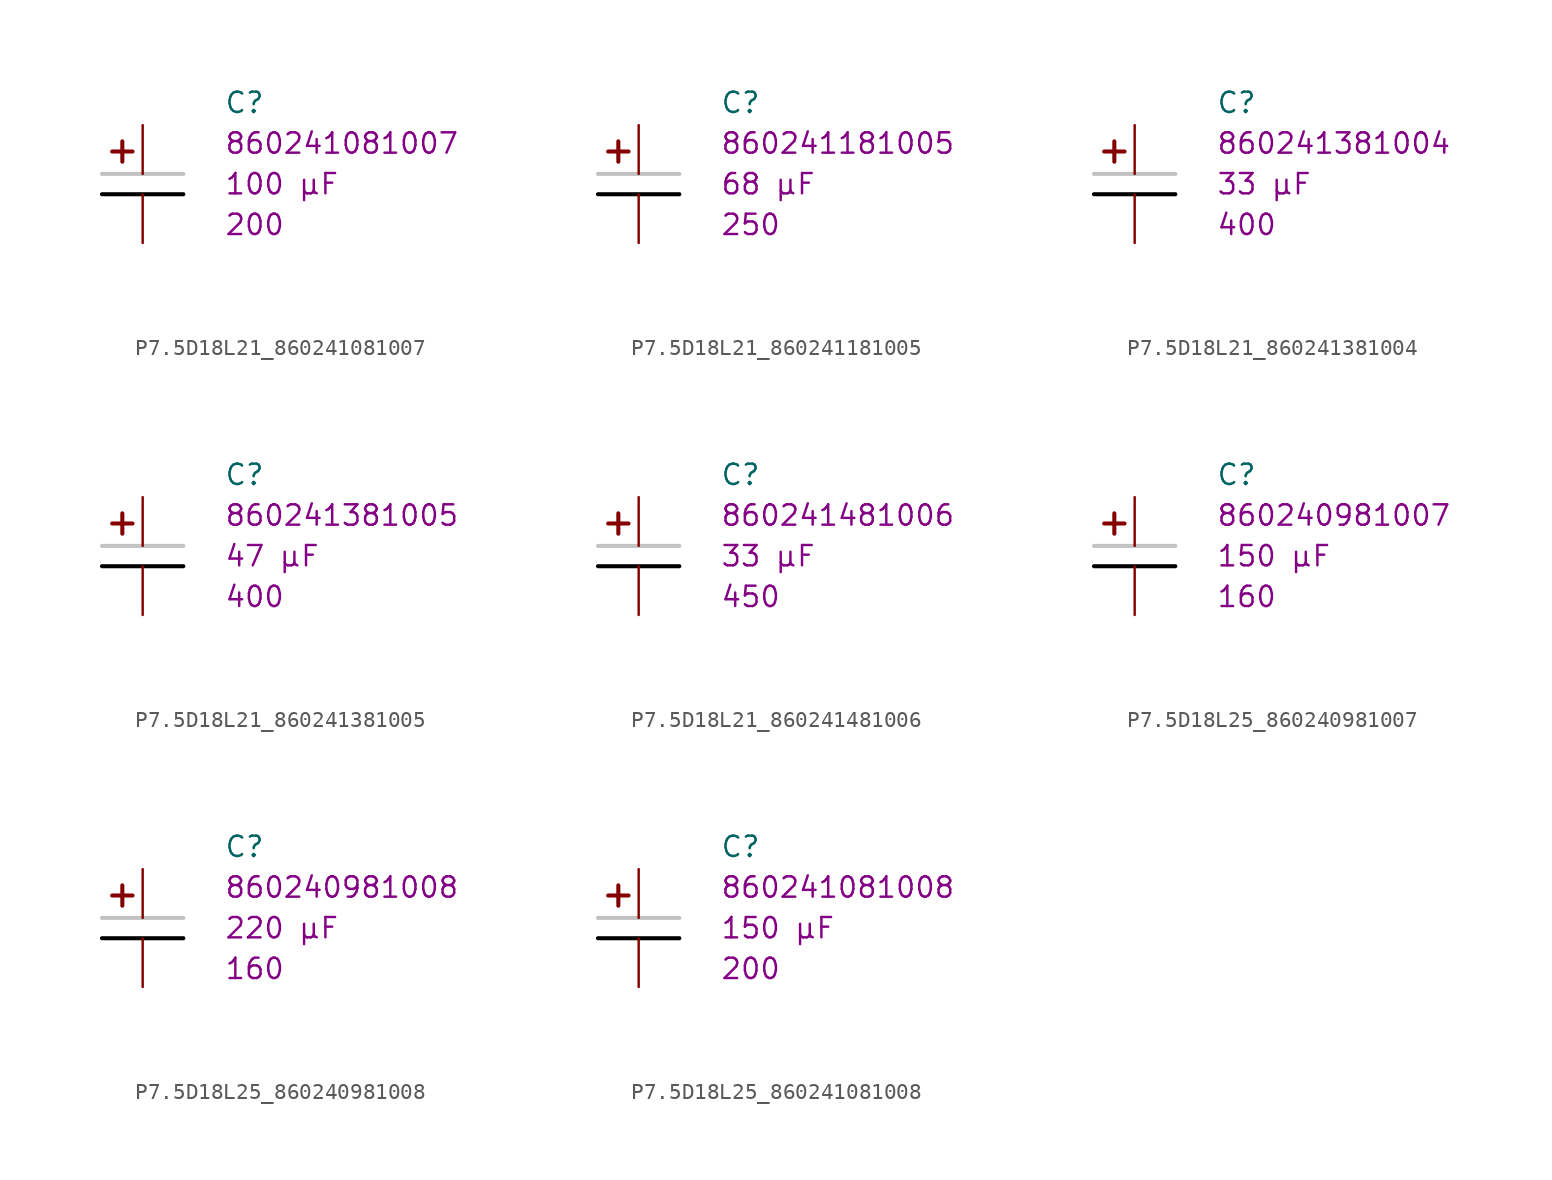
<source format=kicad_sym>
(kicad_symbol_lib
  (version 20220914)
  (generator kicad_symbol_editor)
  (symbol "P7.5D18L21_860241081007"
    (pin_numbers hide)
    (pin_names hide)
    (property "Reference" "C"
      (at 5.08 5.08 0)
      (effects (font (size 1.27 1.27)) (justify left)))
    (property "Part Number" "860241081007"
      (at 5.08 2.54 0)
      (effects (font (size 1.27 1.27)) (justify left)))
    (property "Capacitance" "100 µF"
      (at 5.08 0 0)
      (effects (font (size 1.27 1.27)) (justify left)))
    (property "Voltage" "200"
      (at 5.08 -2.54 0)
      (effects (font (size 1.27 1.27)) (justify left)))
    (property "Critical Parameter" ""
      (at 0 -7.62 0)
      (effects (font (size 1.27 1.27))))
    (symbol "P7.5D18L21_860241081007_1_1"
      (polyline (pts (xy -1.27 2.667) (xy -1.27 1.397)) (stroke (width 0.254) (type default)) (fill (type none)))
      (polyline (pts (xy -0.635 2.032) (xy -1.905 2.032)) (stroke (width 0.254) (type default)) (fill (type none)))
      (polyline (pts (xy 2.54 -0.635) (xy -2.54 -0.635)) (stroke (width 0.254) (type default) (color 0 0 0 1)) (fill (type none)))
      (polyline (pts (xy 2.54 0.635) (xy -2.54 0.635)) (stroke (width 0.254) (type default) (color 194 194 194 1)) (fill (type none)))
      (pin passive line (at 0 3.679 270) (length 3.044) (name "1" (effects (font (size 1.27 1.27)))) (number "1" (effects (font (size 1.27 1.27)))))
      (pin passive line (at 0 -3.679 90) (length 3.044) (name "2" (effects (font (size 1.27 1.27)))) (number "2" (effects (font (size 1.27 1.27)))))))
  (symbol "P7.5D18L21_860241181005"
    (pin_numbers hide)
    (pin_names hide)
    (property "Reference" "C"
      (at 5.08 5.08 0)
      (effects (font (size 1.27 1.27)) (justify left)))
    (property "Part Number" "860241181005"
      (at 5.08 2.54 0)
      (effects (font (size 1.27 1.27)) (justify left)))
    (property "Capacitance" "68 µF"
      (at 5.08 0 0)
      (effects (font (size 1.27 1.27)) (justify left)))
    (property "Voltage" "250"
      (at 5.08 -2.54 0)
      (effects (font (size 1.27 1.27)) (justify left)))
    (property "Critical Parameter" ""
      (at 0 -7.62 0)
      (effects (font (size 1.27 1.27))))
    (symbol "P7.5D18L21_860241181005_1_1"
      (polyline (pts (xy -1.27 2.667) (xy -1.27 1.397)) (stroke (width 0.254) (type default)) (fill (type none)))
      (polyline (pts (xy -0.635 2.032) (xy -1.905 2.032)) (stroke (width 0.254) (type default)) (fill (type none)))
      (polyline (pts (xy 2.54 -0.635) (xy -2.54 -0.635)) (stroke (width 0.254) (type default) (color 0 0 0 1)) (fill (type none)))
      (polyline (pts (xy 2.54 0.635) (xy -2.54 0.635)) (stroke (width 0.254) (type default) (color 194 194 194 1)) (fill (type none)))
      (pin passive line (at 0 3.679 270) (length 3.044) (name "1" (effects (font (size 1.27 1.27)))) (number "1" (effects (font (size 1.27 1.27)))))
      (pin passive line (at 0 -3.679 90) (length 3.044) (name "2" (effects (font (size 1.27 1.27)))) (number "2" (effects (font (size 1.27 1.27)))))))
  (symbol "P7.5D18L21_860241381004"
    (pin_numbers hide)
    (pin_names hide)
    (property "Reference" "C"
      (at 5.08 5.08 0)
      (effects (font (size 1.27 1.27)) (justify left)))
    (property "Part Number" "860241381004"
      (at 5.08 2.54 0)
      (effects (font (size 1.27 1.27)) (justify left)))
    (property "Capacitance" "33 µF"
      (at 5.08 0 0)
      (effects (font (size 1.27 1.27)) (justify left)))
    (property "Voltage" "400"
      (at 5.08 -2.54 0)
      (effects (font (size 1.27 1.27)) (justify left)))
    (property "Critical Parameter" ""
      (at 0 -7.62 0)
      (effects (font (size 1.27 1.27))))
    (symbol "P7.5D18L21_860241381004_1_1"
      (polyline (pts (xy -1.27 2.667) (xy -1.27 1.397)) (stroke (width 0.254) (type default)) (fill (type none)))
      (polyline (pts (xy -0.635 2.032) (xy -1.905 2.032)) (stroke (width 0.254) (type default)) (fill (type none)))
      (polyline (pts (xy 2.54 -0.635) (xy -2.54 -0.635)) (stroke (width 0.254) (type default) (color 0 0 0 1)) (fill (type none)))
      (polyline (pts (xy 2.54 0.635) (xy -2.54 0.635)) (stroke (width 0.254) (type default) (color 194 194 194 1)) (fill (type none)))
      (pin passive line (at 0 3.679 270) (length 3.044) (name "1" (effects (font (size 1.27 1.27)))) (number "1" (effects (font (size 1.27 1.27)))))
      (pin passive line (at 0 -3.679 90) (length 3.044) (name "2" (effects (font (size 1.27 1.27)))) (number "2" (effects (font (size 1.27 1.27)))))))
  (symbol "P7.5D18L21_860241381005"
    (pin_numbers hide)
    (pin_names hide)
    (property "Reference" "C"
      (at 5.08 5.08 0)
      (effects (font (size 1.27 1.27)) (justify left)))
    (property "Part Number" "860241381005"
      (at 5.08 2.54 0)
      (effects (font (size 1.27 1.27)) (justify left)))
    (property "Capacitance" "47 µF"
      (at 5.08 0 0)
      (effects (font (size 1.27 1.27)) (justify left)))
    (property "Voltage" "400"
      (at 5.08 -2.54 0)
      (effects (font (size 1.27 1.27)) (justify left)))
    (property "Critical Parameter" ""
      (at 0 -7.62 0)
      (effects (font (size 1.27 1.27))))
    (symbol "P7.5D18L21_860241381005_1_1"
      (polyline (pts (xy -1.27 2.667) (xy -1.27 1.397)) (stroke (width 0.254) (type default)) (fill (type none)))
      (polyline (pts (xy -0.635 2.032) (xy -1.905 2.032)) (stroke (width 0.254) (type default)) (fill (type none)))
      (polyline (pts (xy 2.54 -0.635) (xy -2.54 -0.635)) (stroke (width 0.254) (type default) (color 0 0 0 1)) (fill (type none)))
      (polyline (pts (xy 2.54 0.635) (xy -2.54 0.635)) (stroke (width 0.254) (type default) (color 194 194 194 1)) (fill (type none)))
      (pin passive line (at 0 3.679 270) (length 3.044) (name "1" (effects (font (size 1.27 1.27)))) (number "1" (effects (font (size 1.27 1.27)))))
      (pin passive line (at 0 -3.679 90) (length 3.044) (name "2" (effects (font (size 1.27 1.27)))) (number "2" (effects (font (size 1.27 1.27)))))))
  (symbol "P7.5D18L21_860241481006"
    (pin_numbers hide)
    (pin_names hide)
    (property "Reference" "C"
      (at 5.08 5.08 0)
      (effects (font (size 1.27 1.27)) (justify left)))
    (property "Part Number" "860241481006"
      (at 5.08 2.54 0)
      (effects (font (size 1.27 1.27)) (justify left)))
    (property "Capacitance" "33 µF"
      (at 5.08 0 0)
      (effects (font (size 1.27 1.27)) (justify left)))
    (property "Voltage" "450"
      (at 5.08 -2.54 0)
      (effects (font (size 1.27 1.27)) (justify left)))
    (property "Critical Parameter" ""
      (at 0 -7.62 0)
      (effects (font (size 1.27 1.27))))
    (symbol "P7.5D18L21_860241481006_1_1"
      (polyline (pts (xy -1.27 2.667) (xy -1.27 1.397)) (stroke (width 0.254) (type default)) (fill (type none)))
      (polyline (pts (xy -0.635 2.032) (xy -1.905 2.032)) (stroke (width 0.254) (type default)) (fill (type none)))
      (polyline (pts (xy 2.54 -0.635) (xy -2.54 -0.635)) (stroke (width 0.254) (type default) (color 0 0 0 1)) (fill (type none)))
      (polyline (pts (xy 2.54 0.635) (xy -2.54 0.635)) (stroke (width 0.254) (type default) (color 194 194 194 1)) (fill (type none)))
      (pin passive line (at 0 3.679 270) (length 3.044) (name "1" (effects (font (size 1.27 1.27)))) (number "1" (effects (font (size 1.27 1.27)))))
      (pin passive line (at 0 -3.679 90) (length 3.044) (name "2" (effects (font (size 1.27 1.27)))) (number "2" (effects (font (size 1.27 1.27)))))))
  (symbol "P7.5D18L25_860240981007"
    (pin_numbers hide)
    (pin_names hide)
    (property "Reference" "C"
      (at 5.08 5.08 0)
      (effects (font (size 1.27 1.27)) (justify left)))
    (property "Part Number" "860240981007"
      (at 5.08 2.54 0)
      (effects (font (size 1.27 1.27)) (justify left)))
    (property "Capacitance" "150 µF"
      (at 5.08 0 0)
      (effects (font (size 1.27 1.27)) (justify left)))
    (property "Voltage" "160"
      (at 5.08 -2.54 0)
      (effects (font (size 1.27 1.27)) (justify left)))
    (property "Critical Parameter" ""
      (at 0 -7.62 0)
      (effects (font (size 1.27 1.27))))
    (symbol "P7.5D18L25_860240981007_1_1"
      (polyline (pts (xy -1.27 2.667) (xy -1.27 1.397)) (stroke (width 0.254) (type default)) (fill (type none)))
      (polyline (pts (xy -0.635 2.032) (xy -1.905 2.032)) (stroke (width 0.254) (type default)) (fill (type none)))
      (polyline (pts (xy 2.54 -0.635) (xy -2.54 -0.635)) (stroke (width 0.254) (type default) (color 0 0 0 1)) (fill (type none)))
      (polyline (pts (xy 2.54 0.635) (xy -2.54 0.635)) (stroke (width 0.254) (type default) (color 194 194 194 1)) (fill (type none)))
      (pin passive line (at 0 3.679 270) (length 3.044) (name "1" (effects (font (size 1.27 1.27)))) (number "1" (effects (font (size 1.27 1.27)))))
      (pin passive line (at 0 -3.679 90) (length 3.044) (name "2" (effects (font (size 1.27 1.27)))) (number "2" (effects (font (size 1.27 1.27)))))))
  (symbol "P7.5D18L25_860240981008"
    (pin_numbers hide)
    (pin_names hide)
    (property "Reference" "C"
      (at 5.08 5.08 0)
      (effects (font (size 1.27 1.27)) (justify left)))
    (property "Part Number" "860240981008"
      (at 5.08 2.54 0)
      (effects (font (size 1.27 1.27)) (justify left)))
    (property "Capacitance" "220 µF"
      (at 5.08 0 0)
      (effects (font (size 1.27 1.27)) (justify left)))
    (property "Voltage" "160"
      (at 5.08 -2.54 0)
      (effects (font (size 1.27 1.27)) (justify left)))
    (property "Critical Parameter" ""
      (at 0 -7.62 0)
      (effects (font (size 1.27 1.27))))
    (symbol "P7.5D18L25_860240981008_1_1"
      (polyline (pts (xy -1.27 2.667) (xy -1.27 1.397)) (stroke (width 0.254) (type default)) (fill (type none)))
      (polyline (pts (xy -0.635 2.032) (xy -1.905 2.032)) (stroke (width 0.254) (type default)) (fill (type none)))
      (polyline (pts (xy 2.54 -0.635) (xy -2.54 -0.635)) (stroke (width 0.254) (type default) (color 0 0 0 1)) (fill (type none)))
      (polyline (pts (xy 2.54 0.635) (xy -2.54 0.635)) (stroke (width 0.254) (type default) (color 194 194 194 1)) (fill (type none)))
      (pin passive line (at 0 3.679 270) (length 3.044) (name "1" (effects (font (size 1.27 1.27)))) (number "1" (effects (font (size 1.27 1.27)))))
      (pin passive line (at 0 -3.679 90) (length 3.044) (name "2" (effects (font (size 1.27 1.27)))) (number "2" (effects (font (size 1.27 1.27)))))))
  (symbol "P7.5D18L25_860241081008"
    (pin_numbers hide)
    (pin_names hide)
    (property "Reference" "C"
      (at 5.08 5.08 0)
      (effects (font (size 1.27 1.27)) (justify left)))
    (property "Part Number" "860241081008"
      (at 5.08 2.54 0)
      (effects (font (size 1.27 1.27)) (justify left)))
    (property "Capacitance" "150 µF"
      (at 5.08 0 0)
      (effects (font (size 1.27 1.27)) (justify left)))
    (property "Voltage" "200"
      (at 5.08 -2.54 0)
      (effects (font (size 1.27 1.27)) (justify left)))
    (property "Critical Parameter" ""
      (at 0 -7.62 0)
      (effects (font (size 1.27 1.27))))
    (symbol "P7.5D18L25_860241081008_1_1"
      (polyline (pts (xy -1.27 2.667) (xy -1.27 1.397)) (stroke (width 0.254) (type default)) (fill (type none)))
      (polyline (pts (xy -0.635 2.032) (xy -1.905 2.032)) (stroke (width 0.254) (type default)) (fill (type none)))
      (polyline (pts (xy 2.54 -0.635) (xy -2.54 -0.635)) (stroke (width 0.254) (type default) (color 0 0 0 1)) (fill (type none)))
      (polyline (pts (xy 2.54 0.635) (xy -2.54 0.635)) (stroke (width 0.254) (type default) (color 194 194 194 1)) (fill (type none)))
      (pin passive line (at 0 3.679 270) (length 3.044) (name "1" (effects (font (size 1.27 1.27)))) (number "1" (effects (font (size 1.27 1.27)))))
      (pin passive line (at 0 -3.679 90) (length 3.044) (name "2" (effects (font (size 1.27 1.27)))) (number "2" (effects (font (size 1.27 1.27))))))))
</source>
